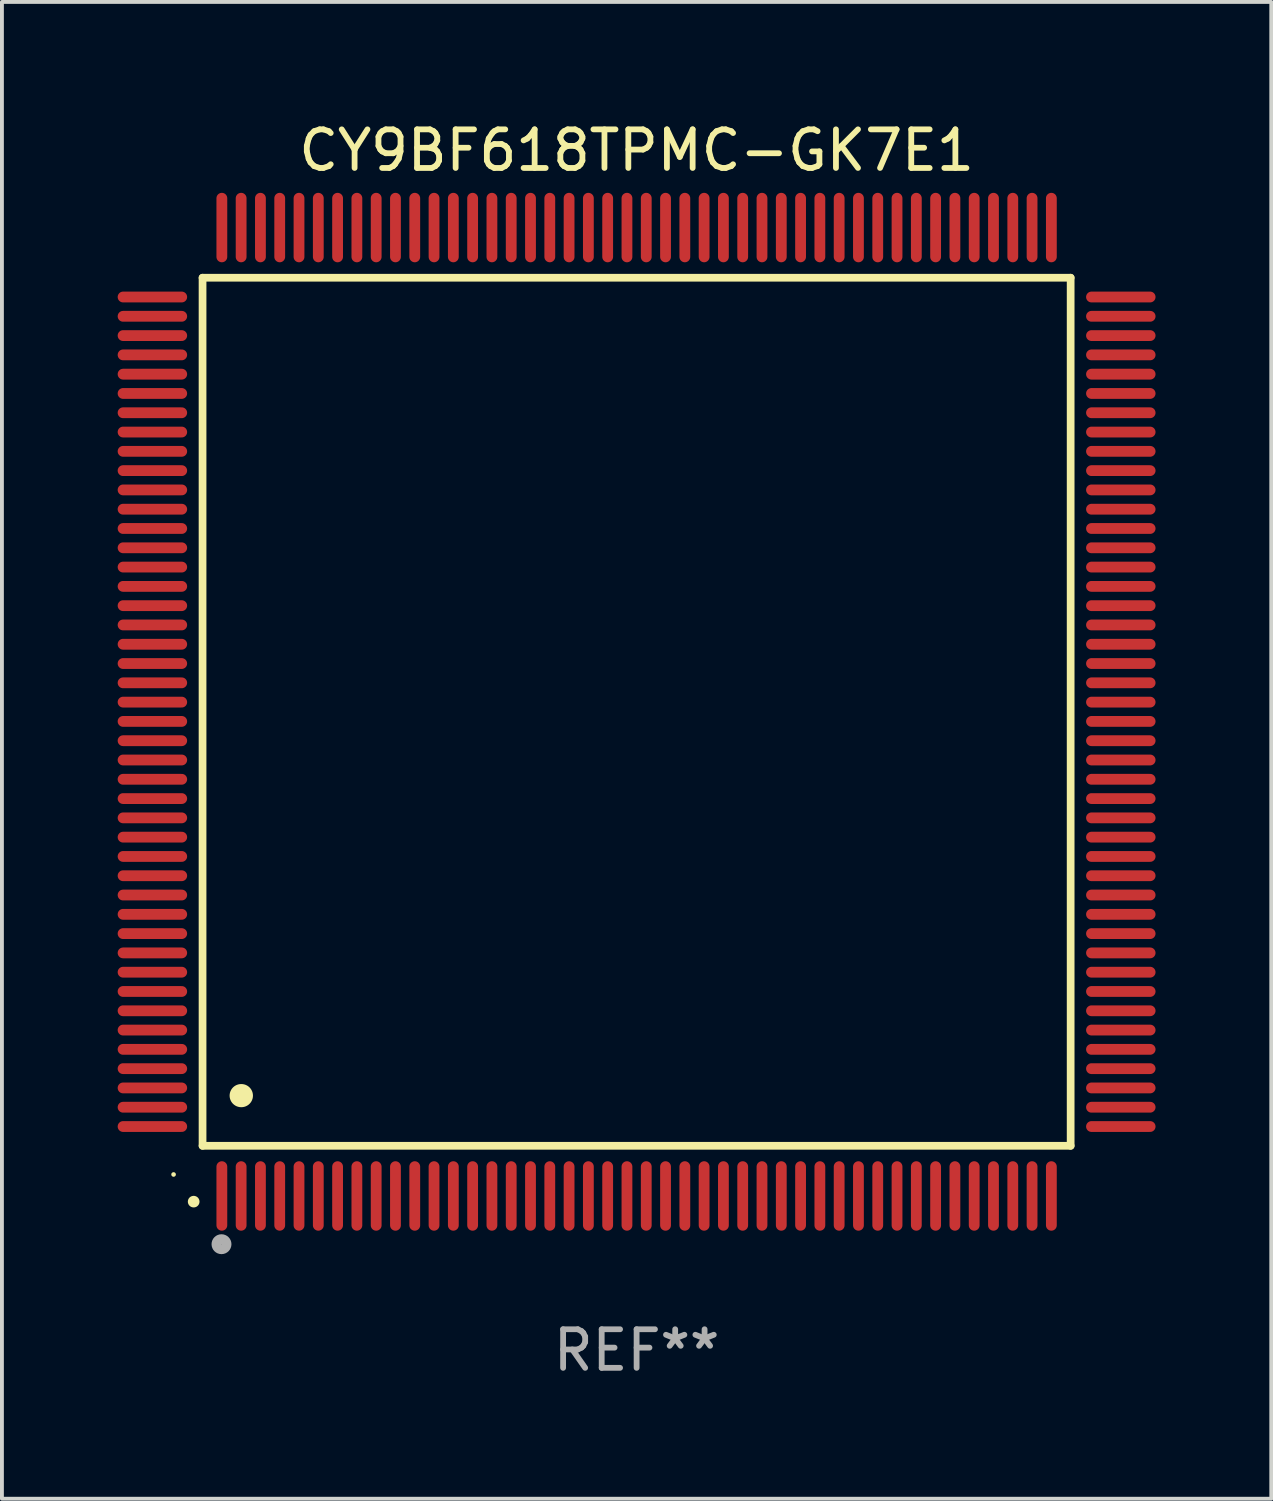
<source format=kicad_pcb>
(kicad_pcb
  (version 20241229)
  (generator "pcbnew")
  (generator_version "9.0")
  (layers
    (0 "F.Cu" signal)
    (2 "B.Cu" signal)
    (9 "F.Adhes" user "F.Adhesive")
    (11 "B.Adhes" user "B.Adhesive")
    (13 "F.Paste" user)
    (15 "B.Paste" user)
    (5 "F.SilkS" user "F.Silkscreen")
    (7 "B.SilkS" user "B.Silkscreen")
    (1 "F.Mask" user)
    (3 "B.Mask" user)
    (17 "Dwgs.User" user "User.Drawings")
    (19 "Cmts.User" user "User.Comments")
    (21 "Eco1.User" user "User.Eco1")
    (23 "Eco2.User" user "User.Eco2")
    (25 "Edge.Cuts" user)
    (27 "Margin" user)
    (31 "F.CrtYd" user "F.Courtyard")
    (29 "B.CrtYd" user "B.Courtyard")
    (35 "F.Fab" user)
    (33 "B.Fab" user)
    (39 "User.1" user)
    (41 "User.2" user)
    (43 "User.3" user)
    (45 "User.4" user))
  (footprint "CY9BF618TPMC-GK7E1"
    (layer "F.Cu")
    (at 13.45 15.398)
    (property "Reference" "CY9BF618TPMC-GK7E1" (at 0 -14.55 0) (layer "F.SilkS") (effects (font (size 1 1) (thickness 0.15))))
    (attr through_hole)
    (fp_line (start -11.25 -11.25) (end 11.25 -11.25) (stroke (width 0.2) (type solid)) (layer "F.SilkS"))
    (fp_line (start -11.25 11.25) (end -11.25 -11.25) (stroke (width 0.2) (type solid)) (layer "F.SilkS"))
    (fp_line (start 11.25 -11.25) (end 11.25 11.25) (stroke (width 0.2) (type solid)) (layer "F.SilkS"))
    (fp_line (start 11.25 11.25) (end -11.25 11.25) (stroke (width 0.2) (type solid)) (layer "F.SilkS"))
    (fp_arc (start -11.481382 12.697206) (mid -11.480112 12.697201) (end -11.478842 12.697206) (stroke (width 0.3) (type solid)) (layer "F.SilkS"))
    (fp_arc (start -10.24892 9.9492) (mid -10.24638 9.949189) (end -10.24384 9.9492) (stroke (width 0.6) (type solid)) (layer "F.SilkS"))
    (fp_circle (center -12.001 11.993) (end -11.971 11.993) (stroke (width 0.06) (type solid)) (fill no) (layer "F.SilkS"))
    (fp_circle (center -10.759 13.8) (end -10.628 13.8) (stroke (width 0.254) (type solid)) (fill no) (layer "F.Fab"))
    (fp_text user "REF**" (at 0 16.55 0) (layer "F.Fab") (effects (font (size 1 1) (thickness 0.15))))
    (pad "1" smd oval (at -10.75 12.55 180) (size 0.28 1.8) (layers "F.Cu" "F.Mask" "F.Paste"))
    (pad "2" smd oval (at -10.25 12.55 180) (size 0.28 1.8) (layers "F.Cu" "F.Mask" "F.Paste"))
    (pad "3" smd oval (at -9.75 12.55 180) (size 0.28 1.8) (layers "F.Cu" "F.Mask" "F.Paste"))
    (pad "4" smd oval (at -9.25 12.55 180) (size 0.28 1.8) (layers "F.Cu" "F.Mask" "F.Paste"))
    (pad "5" smd oval (at -8.75 12.55 180) (size 0.28 1.8) (layers "F.Cu" "F.Mask" "F.Paste"))
    (pad "6" smd oval (at -8.25 12.55 180) (size 0.28 1.8) (layers "F.Cu" "F.Mask" "F.Paste"))
    (pad "7" smd oval (at -7.75 12.55 180) (size 0.28 1.8) (layers "F.Cu" "F.Mask" "F.Paste"))
    (pad "8" smd oval (at -7.25 12.55 180) (size 0.28 1.8) (layers "F.Cu" "F.Mask" "F.Paste"))
    (pad "9" smd oval (at -6.75 12.55 180) (size 0.28 1.8) (layers "F.Cu" "F.Mask" "F.Paste"))
    (pad "10" smd oval (at -6.25 12.55 180) (size 0.28 1.8) (layers "F.Cu" "F.Mask" "F.Paste"))
    (pad "11" smd oval (at -5.75 12.55 180) (size 0.28 1.8) (layers "F.Cu" "F.Mask" "F.Paste"))
    (pad "12" smd oval (at -5.25 12.55 180) (size 0.28 1.8) (layers "F.Cu" "F.Mask" "F.Paste"))
    (pad "13" smd oval (at -4.75 12.55 180) (size 0.28 1.8) (layers "F.Cu" "F.Mask" "F.Paste"))
    (pad "14" smd oval (at -4.25 12.55 180) (size 0.28 1.8) (layers "F.Cu" "F.Mask" "F.Paste"))
    (pad "15" smd oval (at -3.75 12.55 180) (size 0.28 1.8) (layers "F.Cu" "F.Mask" "F.Paste"))
    (pad "16" smd oval (at -3.25 12.55 180) (size 0.28 1.8) (layers "F.Cu" "F.Mask" "F.Paste"))
    (pad "17" smd oval (at -2.75 12.55 180) (size 0.28 1.8) (layers "F.Cu" "F.Mask" "F.Paste"))
    (pad "18" smd oval (at -2.25 12.55 180) (size 0.28 1.8) (layers "F.Cu" "F.Mask" "F.Paste"))
    (pad "19" smd oval (at -1.75 12.55 180) (size 0.28 1.8) (layers "F.Cu" "F.Mask" "F.Paste"))
    (pad "20" smd oval (at -1.25 12.55 180) (size 0.28 1.8) (layers "F.Cu" "F.Mask" "F.Paste"))
    (pad "21" smd oval (at -0.75 12.55 180) (size 0.28 1.8) (layers "F.Cu" "F.Mask" "F.Paste"))
    (pad "22" smd oval (at -0.25 12.55 180) (size 0.28 1.8) (layers "F.Cu" "F.Mask" "F.Paste"))
    (pad "23" smd oval (at 0.25 12.55 180) (size 0.28 1.8) (layers "F.Cu" "F.Mask" "F.Paste"))
    (pad "24" smd oval (at 0.75 12.55 180) (size 0.28 1.8) (layers "F.Cu" "F.Mask" "F.Paste"))
    (pad "25" smd oval (at 1.25 12.55 180) (size 0.28 1.8) (layers "F.Cu" "F.Mask" "F.Paste"))
    (pad "26" smd oval (at 1.75 12.55 180) (size 0.28 1.8) (layers "F.Cu" "F.Mask" "F.Paste"))
    (pad "27" smd oval (at 2.25 12.55 180) (size 0.28 1.8) (layers "F.Cu" "F.Mask" "F.Paste"))
    (pad "28" smd oval (at 2.75 12.55 180) (size 0.28 1.8) (layers "F.Cu" "F.Mask" "F.Paste"))
    (pad "29" smd oval (at 3.25 12.55 180) (size 0.28 1.8) (layers "F.Cu" "F.Mask" "F.Paste"))
    (pad "30" smd oval (at 3.75 12.55 180) (size 0.28 1.8) (layers "F.Cu" "F.Mask" "F.Paste"))
    (pad "31" smd oval (at 4.25 12.55 180) (size 0.28 1.8) (layers "F.Cu" "F.Mask" "F.Paste"))
    (pad "32" smd oval (at 4.75 12.55 180) (size 0.28 1.8) (layers "F.Cu" "F.Mask" "F.Paste"))
    (pad "33" smd oval (at 5.25 12.55 180) (size 0.28 1.8) (layers "F.Cu" "F.Mask" "F.Paste"))
    (pad "34" smd oval (at 5.75 12.55 180) (size 0.28 1.8) (layers "F.Cu" "F.Mask" "F.Paste"))
    (pad "35" smd oval (at 6.25 12.55 180) (size 0.28 1.8) (layers "F.Cu" "F.Mask" "F.Paste"))
    (pad "36" smd oval (at 6.75 12.55 180) (size 0.28 1.8) (layers "F.Cu" "F.Mask" "F.Paste"))
    (pad "37" smd oval (at 7.25 12.55 180) (size 0.28 1.8) (layers "F.Cu" "F.Mask" "F.Paste"))
    (pad "38" smd oval (at 7.75 12.55 180) (size 0.28 1.8) (layers "F.Cu" "F.Mask" "F.Paste"))
    (pad "39" smd oval (at 8.25 12.55 180) (size 0.28 1.8) (layers "F.Cu" "F.Mask" "F.Paste"))
    (pad "40" smd oval (at 8.75 12.55 180) (size 0.28 1.8) (layers "F.Cu" "F.Mask" "F.Paste"))
    (pad "41" smd oval (at 9.25 12.55 180) (size 0.28 1.8) (layers "F.Cu" "F.Mask" "F.Paste"))
    (pad "42" smd oval (at 9.75 12.55 180) (size 0.28 1.8) (layers "F.Cu" "F.Mask" "F.Paste"))
    (pad "43" smd oval (at 10.25 12.55 180) (size 0.28 1.8) (layers "F.Cu" "F.Mask" "F.Paste"))
    (pad "44" smd oval (at 10.75 12.55 180) (size 0.28 1.8) (layers "F.Cu" "F.Mask" "F.Paste"))
    (pad "45" smd oval (at 12.55 10.75 90) (size 0.28 1.8) (layers "F.Cu" "F.Mask" "F.Paste"))
    (pad "46" smd oval (at 12.55 10.25 90) (size 0.28 1.8) (layers "F.Cu" "F.Mask" "F.Paste"))
    (pad "47" smd oval (at 12.55 9.75 90) (size 0.28 1.8) (layers "F.Cu" "F.Mask" "F.Paste"))
    (pad "48" smd oval (at 12.55 9.25 90) (size 0.28 1.8) (layers "F.Cu" "F.Mask" "F.Paste"))
    (pad "49" smd oval (at 12.55 8.75 90) (size 0.28 1.8) (layers "F.Cu" "F.Mask" "F.Paste"))
    (pad "50" smd oval (at 12.55 8.25 90) (size 0.28 1.8) (layers "F.Cu" "F.Mask" "F.Paste"))
    (pad "51" smd oval (at 12.55 7.75 90) (size 0.28 1.8) (layers "F.Cu" "F.Mask" "F.Paste"))
    (pad "52" smd oval (at 12.55 7.25 90) (size 0.28 1.8) (layers "F.Cu" "F.Mask" "F.Paste"))
    (pad "53" smd oval (at 12.55 6.75 90) (size 0.28 1.8) (layers "F.Cu" "F.Mask" "F.Paste"))
    (pad "54" smd oval (at 12.55 6.25 90) (size 0.28 1.8) (layers "F.Cu" "F.Mask" "F.Paste"))
    (pad "55" smd oval (at 12.55 5.75 90) (size 0.28 1.8) (layers "F.Cu" "F.Mask" "F.Paste"))
    (pad "56" smd oval (at 12.55 5.25 90) (size 0.28 1.8) (layers "F.Cu" "F.Mask" "F.Paste"))
    (pad "57" smd oval (at 12.55 4.75 90) (size 0.28 1.8) (layers "F.Cu" "F.Mask" "F.Paste"))
    (pad "58" smd oval (at 12.55 4.25 90) (size 0.28 1.8) (layers "F.Cu" "F.Mask" "F.Paste"))
    (pad "59" smd oval (at 12.55 3.75 90) (size 0.28 1.8) (layers "F.Cu" "F.Mask" "F.Paste"))
    (pad "60" smd oval (at 12.55 3.25 90) (size 0.28 1.8) (layers "F.Cu" "F.Mask" "F.Paste"))
    (pad "61" smd oval (at 12.55 2.75 90) (size 0.28 1.8) (layers "F.Cu" "F.Mask" "F.Paste"))
    (pad "62" smd oval (at 12.55 2.25 90) (size 0.28 1.8) (layers "F.Cu" "F.Mask" "F.Paste"))
    (pad "63" smd oval (at 12.55 1.75 90) (size 0.28 1.8) (layers "F.Cu" "F.Mask" "F.Paste"))
    (pad "64" smd oval (at 12.55 1.25 90) (size 0.28 1.8) (layers "F.Cu" "F.Mask" "F.Paste"))
    (pad "65" smd oval (at 12.55 0.75 90) (size 0.28 1.8) (layers "F.Cu" "F.Mask" "F.Paste"))
    (pad "66" smd oval (at 12.55 0.25 90) (size 0.28 1.8) (layers "F.Cu" "F.Mask" "F.Paste"))
    (pad "67" smd oval (at 12.55 -0.25 90) (size 0.28 1.8) (layers "F.Cu" "F.Mask" "F.Paste"))
    (pad "68" smd oval (at 12.55 -0.75 90) (size 0.28 1.8) (layers "F.Cu" "F.Mask" "F.Paste"))
    (pad "69" smd oval (at 12.55 -1.25 90) (size 0.28 1.8) (layers "F.Cu" "F.Mask" "F.Paste"))
    (pad "70" smd oval (at 12.55 -1.75 90) (size 0.28 1.8) (layers "F.Cu" "F.Mask" "F.Paste"))
    (pad "71" smd oval (at 12.55 -2.25 90) (size 0.28 1.8) (layers "F.Cu" "F.Mask" "F.Paste"))
    (pad "72" smd oval (at 12.55 -2.75 90) (size 0.28 1.8) (layers "F.Cu" "F.Mask" "F.Paste"))
    (pad "73" smd oval (at 12.55 -3.25 90) (size 0.28 1.8) (layers "F.Cu" "F.Mask" "F.Paste"))
    (pad "74" smd oval (at 12.55 -3.75 90) (size 0.28 1.8) (layers "F.Cu" "F.Mask" "F.Paste"))
    (pad "75" smd oval (at 12.55 -4.25 90) (size 0.28 1.8) (layers "F.Cu" "F.Mask" "F.Paste"))
    (pad "76" smd oval (at 12.55 -4.75 90) (size 0.28 1.8) (layers "F.Cu" "F.Mask" "F.Paste"))
    (pad "77" smd oval (at 12.55 -5.25 90) (size 0.28 1.8) (layers "F.Cu" "F.Mask" "F.Paste"))
    (pad "78" smd oval (at 12.55 -5.75 90) (size 0.28 1.8) (layers "F.Cu" "F.Mask" "F.Paste"))
    (pad "79" smd oval (at 12.55 -6.25 90) (size 0.28 1.8) (layers "F.Cu" "F.Mask" "F.Paste"))
    (pad "80" smd oval (at 12.55 -6.75 90) (size 0.28 1.8) (layers "F.Cu" "F.Mask" "F.Paste"))
    (pad "81" smd oval (at 12.55 -7.25 90) (size 0.28 1.8) (layers "F.Cu" "F.Mask" "F.Paste"))
    (pad "82" smd oval (at 12.55 -7.75 90) (size 0.28 1.8) (layers "F.Cu" "F.Mask" "F.Paste"))
    (pad "83" smd oval (at 12.55 -8.25 90) (size 0.28 1.8) (layers "F.Cu" "F.Mask" "F.Paste"))
    (pad "84" smd oval (at 12.55 -8.75 90) (size 0.28 1.8) (layers "F.Cu" "F.Mask" "F.Paste"))
    (pad "85" smd oval (at 12.55 -9.25 90) (size 0.28 1.8) (layers "F.Cu" "F.Mask" "F.Paste"))
    (pad "86" smd oval (at 12.55 -9.75 90) (size 0.28 1.8) (layers "F.Cu" "F.Mask" "F.Paste"))
    (pad "87" smd oval (at 12.55 -10.25 90) (size 0.28 1.8) (layers "F.Cu" "F.Mask" "F.Paste"))
    (pad "88" smd oval (at 12.55 -10.75 90) (size 0.28 1.8) (layers "F.Cu" "F.Mask" "F.Paste"))
    (pad "89" smd oval (at 10.75 -12.55 180) (size 0.28 1.8) (layers "F.Cu" "F.Mask" "F.Paste"))
    (pad "90" smd oval (at 10.25 -12.55 180) (size 0.28 1.8) (layers "F.Cu" "F.Mask" "F.Paste"))
    (pad "91" smd oval (at 9.75 -12.55 180) (size 0.28 1.8) (layers "F.Cu" "F.Mask" "F.Paste"))
    (pad "92" smd oval (at 9.25 -12.55 180) (size 0.28 1.8) (layers "F.Cu" "F.Mask" "F.Paste"))
    (pad "93" smd oval (at 8.75 -12.55 180) (size 0.28 1.8) (layers "F.Cu" "F.Mask" "F.Paste"))
    (pad "94" smd oval (at 8.25 -12.55 180) (size 0.28 1.8) (layers "F.Cu" "F.Mask" "F.Paste"))
    (pad "95" smd oval (at 7.75 -12.55 180) (size 0.28 1.8) (layers "F.Cu" "F.Mask" "F.Paste"))
    (pad "96" smd oval (at 7.25 -12.55 180) (size 0.28 1.8) (layers "F.Cu" "F.Mask" "F.Paste"))
    (pad "97" smd oval (at 6.75 -12.55 180) (size 0.28 1.8) (layers "F.Cu" "F.Mask" "F.Paste"))
    (pad "98" smd oval (at 6.25 -12.55 180) (size 0.28 1.8) (layers "F.Cu" "F.Mask" "F.Paste"))
    (pad "99" smd oval (at 5.75 -12.55 180) (size 0.28 1.8) (layers "F.Cu" "F.Mask" "F.Paste"))
    (pad "100" smd oval (at 5.25 -12.55 180) (size 0.28 1.8) (layers "F.Cu" "F.Mask" "F.Paste"))
    (pad "101" smd oval (at 4.75 -12.55 180) (size 0.28 1.8) (layers "F.Cu" "F.Mask" "F.Paste"))
    (pad "102" smd oval (at 4.25 -12.55 180) (size 0.28 1.8) (layers "F.Cu" "F.Mask" "F.Paste"))
    (pad "103" smd oval (at 3.75 -12.55 180) (size 0.28 1.8) (layers "F.Cu" "F.Mask" "F.Paste"))
    (pad "104" smd oval (at 3.25 -12.55 180) (size 0.28 1.8) (layers "F.Cu" "F.Mask" "F.Paste"))
    (pad "105" smd oval (at 2.75 -12.55 180) (size 0.28 1.8) (layers "F.Cu" "F.Mask" "F.Paste"))
    (pad "106" smd oval (at 2.25 -12.55 180) (size 0.28 1.8) (layers "F.Cu" "F.Mask" "F.Paste"))
    (pad "107" smd oval (at 1.75 -12.55 180) (size 0.28 1.8) (layers "F.Cu" "F.Mask" "F.Paste"))
    (pad "108" smd oval (at 1.25 -12.55 180) (size 0.28 1.8) (layers "F.Cu" "F.Mask" "F.Paste"))
    (pad "109" smd oval (at 0.75 -12.55 180) (size 0.28 1.8) (layers "F.Cu" "F.Mask" "F.Paste"))
    (pad "110" smd oval (at 0.25 -12.55 180) (size 0.28 1.8) (layers "F.Cu" "F.Mask" "F.Paste"))
    (pad "111" smd oval (at -0.25 -12.55 180) (size 0.28 1.8) (layers "F.Cu" "F.Mask" "F.Paste"))
    (pad "112" smd oval (at -0.75 -12.55 180) (size 0.28 1.8) (layers "F.Cu" "F.Mask" "F.Paste"))
    (pad "113" smd oval (at -1.25 -12.55 180) (size 0.28 1.8) (layers "F.Cu" "F.Mask" "F.Paste"))
    (pad "114" smd oval (at -1.75 -12.55 180) (size 0.28 1.8) (layers "F.Cu" "F.Mask" "F.Paste"))
    (pad "115" smd oval (at -2.25 -12.55 180) (size 0.28 1.8) (layers "F.Cu" "F.Mask" "F.Paste"))
    (pad "116" smd oval (at -2.75 -12.55 180) (size 0.28 1.8) (layers "F.Cu" "F.Mask" "F.Paste"))
    (pad "117" smd oval (at -3.25 -12.55 180) (size 0.28 1.8) (layers "F.Cu" "F.Mask" "F.Paste"))
    (pad "118" smd oval (at -3.75 -12.55 180) (size 0.28 1.8) (layers "F.Cu" "F.Mask" "F.Paste"))
    (pad "119" smd oval (at -4.25 -12.55 180) (size 0.28 1.8) (layers "F.Cu" "F.Mask" "F.Paste"))
    (pad "120" smd oval (at -4.75 -12.55 180) (size 0.28 1.8) (layers "F.Cu" "F.Mask" "F.Paste"))
    (pad "121" smd oval (at -5.25 -12.55 180) (size 0.28 1.8) (layers "F.Cu" "F.Mask" "F.Paste"))
    (pad "122" smd oval (at -5.75 -12.55 180) (size 0.28 1.8) (layers "F.Cu" "F.Mask" "F.Paste"))
    (pad "123" smd oval (at -6.25 -12.55 180) (size 0.28 1.8) (layers "F.Cu" "F.Mask" "F.Paste"))
    (pad "124" smd oval (at -6.75 -12.55 180) (size 0.28 1.8) (layers "F.Cu" "F.Mask" "F.Paste"))
    (pad "125" smd oval (at -7.25 -12.55 180) (size 0.28 1.8) (layers "F.Cu" "F.Mask" "F.Paste"))
    (pad "126" smd oval (at -7.75 -12.55 180) (size 0.28 1.8) (layers "F.Cu" "F.Mask" "F.Paste"))
    (pad "127" smd oval (at -8.25 -12.55 180) (size 0.28 1.8) (layers "F.Cu" "F.Mask" "F.Paste"))
    (pad "128" smd oval (at -8.75 -12.55 180) (size 0.28 1.8) (layers "F.Cu" "F.Mask" "F.Paste"))
    (pad "129" smd oval (at -9.25 -12.55 180) (size 0.28 1.8) (layers "F.Cu" "F.Mask" "F.Paste"))
    (pad "130" smd oval (at -9.75 -12.55 180) (size 0.28 1.8) (layers "F.Cu" "F.Mask" "F.Paste"))
    (pad "131" smd oval (at -10.25 -12.55 180) (size 0.28 1.8) (layers "F.Cu" "F.Mask" "F.Paste"))
    (pad "132" smd oval (at -10.75 -12.55 180) (size 0.28 1.8) (layers "F.Cu" "F.Mask" "F.Paste"))
    (pad "133" smd oval (at -12.55 -10.75 90) (size 0.28 1.8) (layers "F.Cu" "F.Mask" "F.Paste"))
    (pad "134" smd oval (at -12.55 -10.25 90) (size 0.28 1.8) (layers "F.Cu" "F.Mask" "F.Paste"))
    (pad "135" smd oval (at -12.55 -9.75 90) (size 0.28 1.8) (layers "F.Cu" "F.Mask" "F.Paste"))
    (pad "136" smd oval (at -12.55 -9.25 90) (size 0.28 1.8) (layers "F.Cu" "F.Mask" "F.Paste"))
    (pad "137" smd oval (at -12.55 -8.75 90) (size 0.28 1.8) (layers "F.Cu" "F.Mask" "F.Paste"))
    (pad "138" smd oval (at -12.55 -8.25 90) (size 0.28 1.8) (layers "F.Cu" "F.Mask" "F.Paste"))
    (pad "139" smd oval (at -12.55 -7.75 90) (size 0.28 1.8) (layers "F.Cu" "F.Mask" "F.Paste"))
    (pad "140" smd oval (at -12.55 -7.25 90) (size 0.28 1.8) (layers "F.Cu" "F.Mask" "F.Paste"))
    (pad "141" smd oval (at -12.55 -6.75 90) (size 0.28 1.8) (layers "F.Cu" "F.Mask" "F.Paste"))
    (pad "142" smd oval (at -12.55 -6.25 90) (size 0.28 1.8) (layers "F.Cu" "F.Mask" "F.Paste"))
    (pad "143" smd oval (at -12.55 -5.75 90) (size 0.28 1.8) (layers "F.Cu" "F.Mask" "F.Paste"))
    (pad "144" smd oval (at -12.55 -5.25 90) (size 0.28 1.8) (layers "F.Cu" "F.Mask" "F.Paste"))
    (pad "145" smd oval (at -12.55 -4.75 90) (size 0.28 1.8) (layers "F.Cu" "F.Mask" "F.Paste"))
    (pad "146" smd oval (at -12.55 -4.25 90) (size 0.28 1.8) (layers "F.Cu" "F.Mask" "F.Paste"))
    (pad "147" smd oval (at -12.55 -3.75 90) (size 0.28 1.8) (layers "F.Cu" "F.Mask" "F.Paste"))
    (pad "148" smd oval (at -12.55 -3.25 90) (size 0.28 1.8) (layers "F.Cu" "F.Mask" "F.Paste"))
    (pad "149" smd oval (at -12.55 -2.75 90) (size 0.28 1.8) (layers "F.Cu" "F.Mask" "F.Paste"))
    (pad "150" smd oval (at -12.55 -2.25 90) (size 0.28 1.8) (layers "F.Cu" "F.Mask" "F.Paste"))
    (pad "151" smd oval (at -12.55 -1.75 90) (size 0.28 1.8) (layers "F.Cu" "F.Mask" "F.Paste"))
    (pad "152" smd oval (at -12.55 -1.25 90) (size 0.28 1.8) (layers "F.Cu" "F.Mask" "F.Paste"))
    (pad "153" smd oval (at -12.55 -0.75 90) (size 0.28 1.8) (layers "F.Cu" "F.Mask" "F.Paste"))
    (pad "154" smd oval (at -12.55 -0.25 90) (size 0.28 1.8) (layers "F.Cu" "F.Mask" "F.Paste"))
    (pad "155" smd oval (at -12.55 0.25 90) (size 0.28 1.8) (layers "F.Cu" "F.Mask" "F.Paste"))
    (pad "156" smd oval (at -12.55 0.75 90) (size 0.28 1.8) (layers "F.Cu" "F.Mask" "F.Paste"))
    (pad "157" smd oval (at -12.55 1.25 90) (size 0.28 1.8) (layers "F.Cu" "F.Mask" "F.Paste"))
    (pad "158" smd oval (at -12.55 1.75 90) (size 0.28 1.8) (layers "F.Cu" "F.Mask" "F.Paste"))
    (pad "159" smd oval (at -12.55 2.25 90) (size 0.28 1.8) (layers "F.Cu" "F.Mask" "F.Paste"))
    (pad "160" smd oval (at -12.55 2.75 90) (size 0.28 1.8) (layers "F.Cu" "F.Mask" "F.Paste"))
    (pad "161" smd oval (at -12.55 3.25 90) (size 0.28 1.8) (layers "F.Cu" "F.Mask" "F.Paste"))
    (pad "162" smd oval (at -12.55 3.75 90) (size 0.28 1.8) (layers "F.Cu" "F.Mask" "F.Paste"))
    (pad "163" smd oval (at -12.55 4.25 90) (size 0.28 1.8) (layers "F.Cu" "F.Mask" "F.Paste"))
    (pad "164" smd oval (at -12.55 4.75 90) (size 0.28 1.8) (layers "F.Cu" "F.Mask" "F.Paste"))
    (pad "165" smd oval (at -12.55 5.25 90) (size 0.28 1.8) (layers "F.Cu" "F.Mask" "F.Paste"))
    (pad "166" smd oval (at -12.55 5.75 90) (size 0.28 1.8) (layers "F.Cu" "F.Mask" "F.Paste"))
    (pad "167" smd oval (at -12.55 6.25 90) (size 0.28 1.8) (layers "F.Cu" "F.Mask" "F.Paste"))
    (pad "168" smd oval (at -12.55 6.75 90) (size 0.28 1.8) (layers "F.Cu" "F.Mask" "F.Paste"))
    (pad "169" smd oval (at -12.55 7.25 90) (size 0.28 1.8) (layers "F.Cu" "F.Mask" "F.Paste"))
    (pad "170" smd oval (at -12.55 7.75 90) (size 0.28 1.8) (layers "F.Cu" "F.Mask" "F.Paste"))
    (pad "171" smd oval (at -12.55 8.25 90) (size 0.28 1.8) (layers "F.Cu" "F.Mask" "F.Paste"))
    (pad "172" smd oval (at -12.55 8.75 90) (size 0.28 1.8) (layers "F.Cu" "F.Mask" "F.Paste"))
    (pad "173" smd oval (at -12.55 9.25 90) (size 0.28 1.8) (layers "F.Cu" "F.Mask" "F.Paste"))
    (pad "174" smd oval (at -12.55 9.75 90) (size 0.28 1.8) (layers "F.Cu" "F.Mask" "F.Paste"))
    (pad "175" smd oval (at -12.55 10.25 90) (size 0.28 1.8) (layers "F.Cu" "F.Mask" "F.Paste"))
    (pad "176" smd oval (at -12.55 10.75 90) (size 0.28 1.8) (layers "F.Cu" "F.Mask" "F.Paste")))
  (gr_rect
    (start -3 -3)
    (end 29.9 35.796)
    (stroke (width 0.1) (type default))
    (fill no)
    (layer "Edge.Cuts")))
</source>
